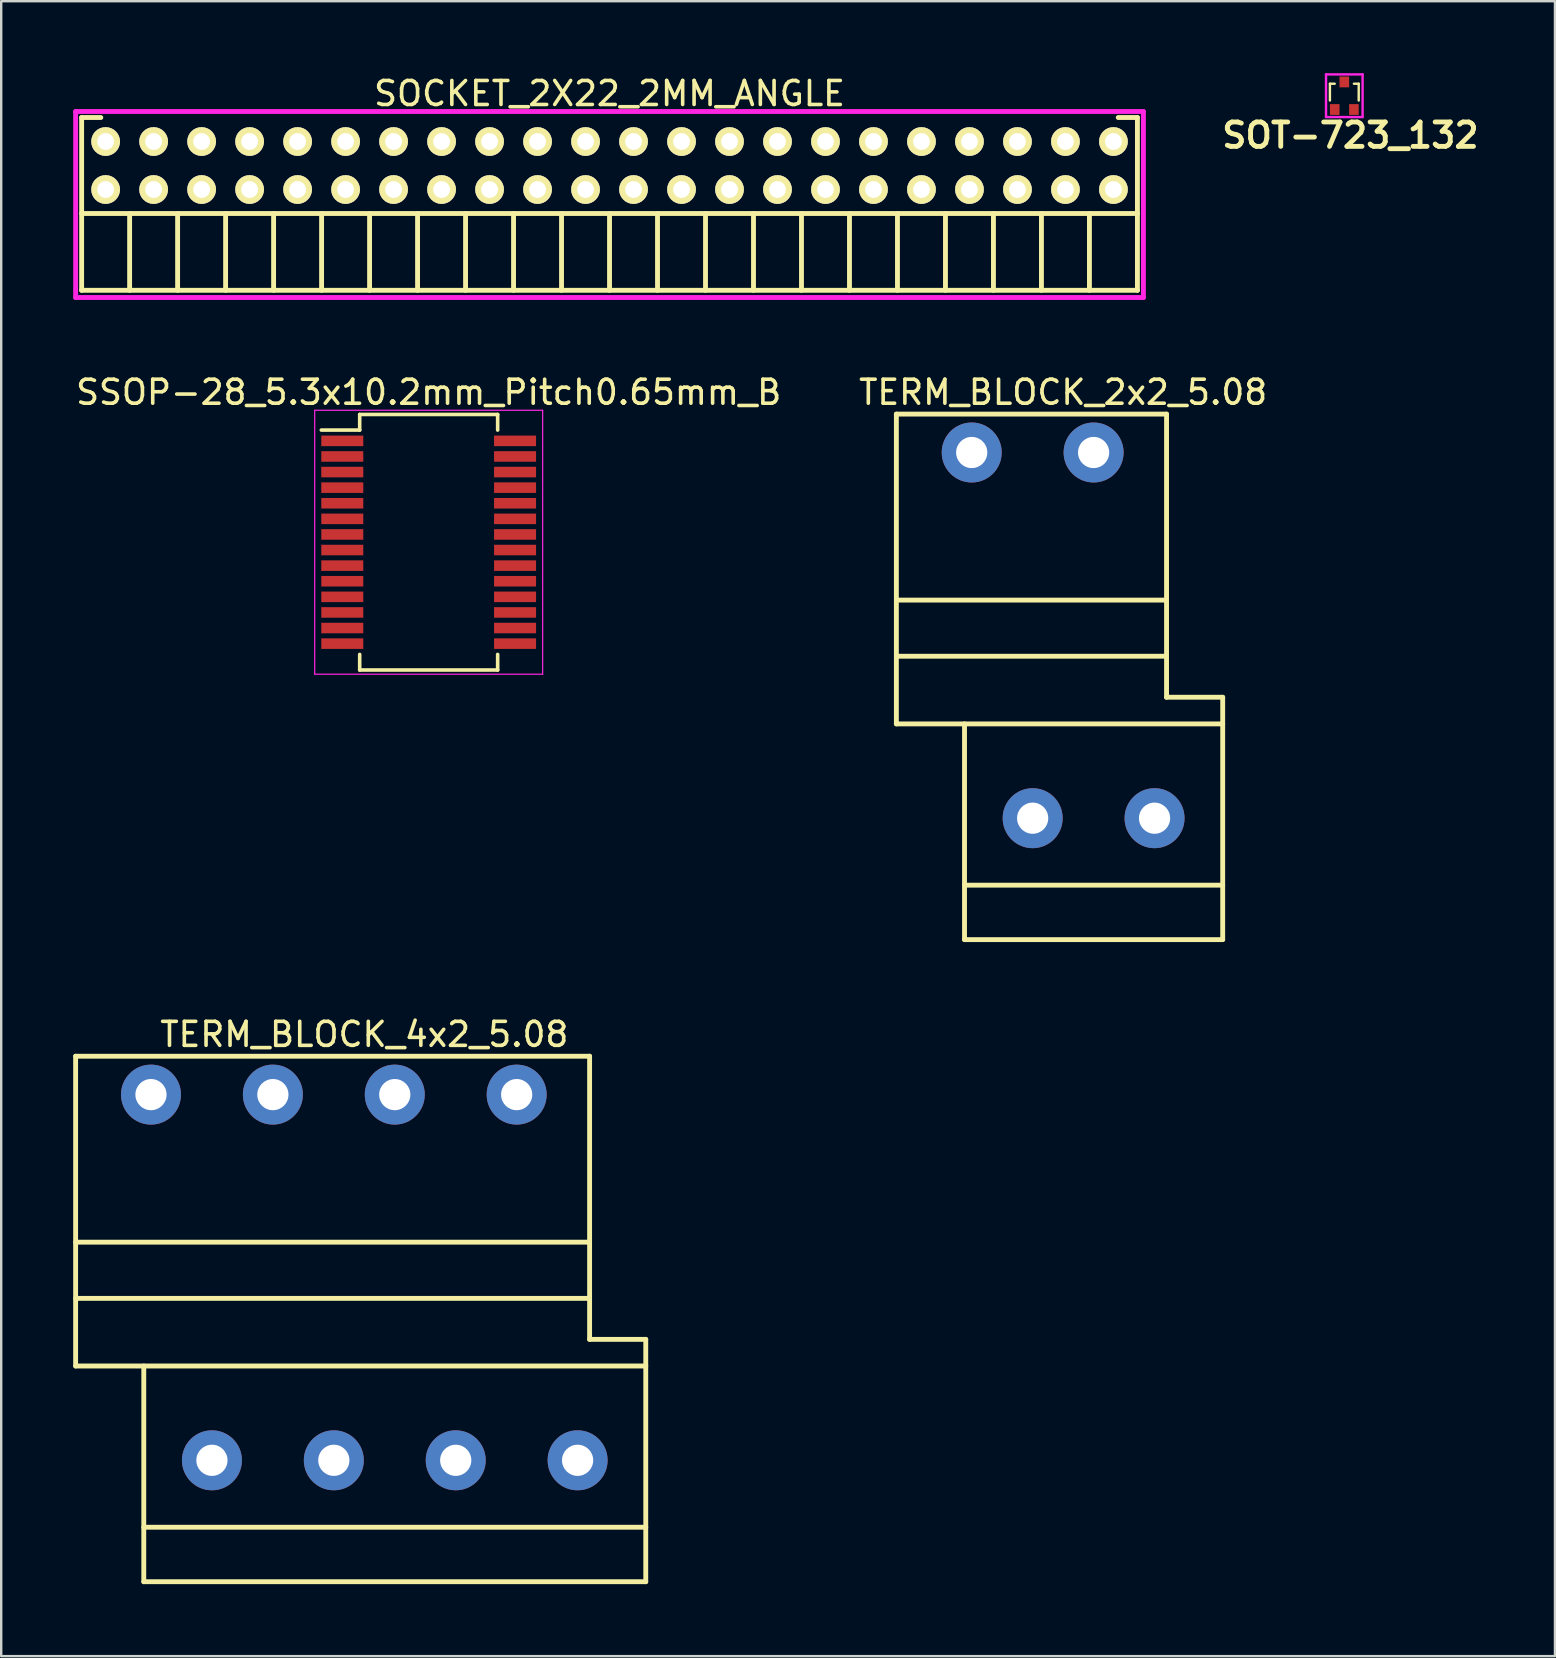
<source format=kicad_pcb>
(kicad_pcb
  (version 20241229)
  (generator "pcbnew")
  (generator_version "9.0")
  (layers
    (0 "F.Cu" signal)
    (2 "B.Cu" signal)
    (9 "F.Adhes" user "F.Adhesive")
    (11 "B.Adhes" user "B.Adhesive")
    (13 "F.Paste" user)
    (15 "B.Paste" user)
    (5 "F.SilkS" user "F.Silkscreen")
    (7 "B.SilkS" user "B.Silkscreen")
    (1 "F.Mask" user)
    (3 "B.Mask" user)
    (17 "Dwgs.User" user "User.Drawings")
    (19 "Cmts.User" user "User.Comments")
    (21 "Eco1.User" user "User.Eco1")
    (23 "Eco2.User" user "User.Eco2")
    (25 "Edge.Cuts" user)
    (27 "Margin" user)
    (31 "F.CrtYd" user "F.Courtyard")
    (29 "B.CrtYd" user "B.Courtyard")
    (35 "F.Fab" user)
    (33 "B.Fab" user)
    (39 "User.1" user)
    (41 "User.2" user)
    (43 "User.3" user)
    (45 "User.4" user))
  (footprint "SOCKET_2X22_2MM_ANGLE"
    (layer "F.Cu")
    (at 22.352 3.848)
    (property "Reference" "SOCKET_2X22_2MM_ANGLE" (at 0 -3 0) (layer "F.SilkS") (effects (font (size 1 1) (thickness 0.15))))
    (attr through_hole)
    (fp_line (start -22 -2) (end -21.2 -2) (stroke (width 0.203) (type solid)) (layer "F.SilkS"))
    (fp_line (start -22 2) (end 22 2) (stroke (width 0.203) (type solid)) (layer "F.SilkS"))
    (fp_line (start -22 5.2) (end -22 -2) (stroke (width 0.203) (type solid)) (layer "F.SilkS"))
    (fp_line (start -22 5.2) (end 22 5.2) (stroke (width 0.203) (type solid)) (layer "F.SilkS"))
    (fp_line (start -20 2) (end -20 5.2) (stroke (width 0.203) (type solid)) (layer "F.SilkS"))
    (fp_line (start -18 2) (end -18 5.2) (stroke (width 0.203) (type solid)) (layer "F.SilkS"))
    (fp_line (start -16 2) (end -16 5.2) (stroke (width 0.203) (type solid)) (layer "F.SilkS"))
    (fp_line (start -14 2) (end -14 5.2) (stroke (width 0.203) (type solid)) (layer "F.SilkS"))
    (fp_line (start -12 5.2) (end -12 2) (stroke (width 0.203) (type solid)) (layer "F.SilkS"))
    (fp_line (start -10 2) (end -10 5.2) (stroke (width 0.203) (type solid)) (layer "F.SilkS"))
    (fp_line (start -8 5.2) (end -8 2) (stroke (width 0.203) (type solid)) (layer "F.SilkS"))
    (fp_line (start -6 2) (end -6 5.2) (stroke (width 0.203) (type solid)) (layer "F.SilkS"))
    (fp_line (start -4 5.2) (end -4 2) (stroke (width 0.203) (type solid)) (layer "F.SilkS"))
    (fp_line (start -2 2) (end -2 5.2) (stroke (width 0.203) (type solid)) (layer "F.SilkS"))
    (fp_line (start 0 5.2) (end 0 2) (stroke (width 0.203) (type solid)) (layer "F.SilkS"))
    (fp_line (start 2 2) (end 2 5.2) (stroke (width 0.203) (type solid)) (layer "F.SilkS"))
    (fp_line (start 4 5.2) (end 4 2) (stroke (width 0.203) (type solid)) (layer "F.SilkS"))
    (fp_line (start 6 2) (end 6 5.2) (stroke (width 0.203) (type solid)) (layer "F.SilkS"))
    (fp_line (start 8 5.2) (end 8 2) (stroke (width 0.203) (type solid)) (layer "F.SilkS"))
    (fp_line (start 10 2) (end 10 5.2) (stroke (width 0.203) (type solid)) (layer "F.SilkS"))
    (fp_line (start 12 5.2) (end 12 2) (stroke (width 0.203) (type solid)) (layer "F.SilkS"))
    (fp_line (start 14 2) (end 14 5.2) (stroke (width 0.203) (type solid)) (layer "F.SilkS"))
    (fp_line (start 16 5.2) (end 16 2) (stroke (width 0.203) (type solid)) (layer "F.SilkS"))
    (fp_line (start 18 2) (end 18 5.2) (stroke (width 0.203) (type solid)) (layer "F.SilkS"))
    (fp_line (start 20 5.2) (end 20 2) (stroke (width 0.203) (type solid)) (layer "F.SilkS"))
    (fp_line (start 22 -2) (end 21.2 -2) (stroke (width 0.203) (type solid)) (layer "F.SilkS"))
    (fp_line (start 22 5.2) (end 22 -2) (stroke (width 0.203) (type solid)) (layer "F.SilkS"))
    (fp_line (start -22.25 -2.25) (end 22.25 -2.25) (stroke (width 0.203) (type solid)) (layer "F.CrtYd"))
    (fp_line (start -22.25 5.5) (end -22.25 -2.25) (stroke (width 0.203) (type solid)) (layer "F.CrtYd"))
    (fp_line (start 22.25 -2.25) (end 22.25 5.5) (stroke (width 0.203) (type solid)) (layer "F.CrtYd"))
    (fp_line (start 22.25 5.5) (end -22.25 5.5) (stroke (width 0.203) (type solid)) (layer "F.CrtYd"))
    (pad "1" thru_hole circle (at -21 -1) (size 1.2 1.2) (drill 0.7) (layers "*.Cu" "*.Mask" "F.SilkS"))
    (pad "2" thru_hole circle (at -21 1) (size 1.2 1.2) (drill 0.7) (layers "*.Cu" "*.Mask" "F.SilkS"))
    (pad "3" thru_hole circle (at -19 -1) (size 1.2 1.2) (drill 0.7) (layers "*.Cu" "*.Mask" "F.SilkS"))
    (pad "4" thru_hole circle (at -19 1) (size 1.2 1.2) (drill 0.7) (layers "*.Cu" "*.Mask" "F.SilkS"))
    (pad "5" thru_hole circle (at -17 -1) (size 1.2 1.2) (drill 0.7) (layers "*.Cu" "*.Mask" "F.SilkS"))
    (pad "6" thru_hole circle (at -17 1) (size 1.2 1.2) (drill 0.7) (layers "*.Cu" "*.Mask" "F.SilkS"))
    (pad "7" thru_hole circle (at -15 -1) (size 1.2 1.2) (drill 0.7) (layers "*.Cu" "*.Mask" "F.SilkS"))
    (pad "8" thru_hole circle (at -15 1) (size 1.2 1.2) (drill 0.7) (layers "*.Cu" "*.Mask" "F.SilkS"))
    (pad "9" thru_hole circle (at -13 -1) (size 1.2 1.2) (drill 0.7) (layers "*.Cu" "*.Mask" "F.SilkS"))
    (pad "10" thru_hole circle (at -13 1) (size 1.2 1.2) (drill 0.7) (layers "*.Cu" "*.Mask" "F.SilkS"))
    (pad "11" thru_hole circle (at -11 -1) (size 1.2 1.2) (drill 0.7) (layers "*.Cu" "*.Mask" "F.SilkS"))
    (pad "12" thru_hole circle (at -11 1) (size 1.2 1.2) (drill 0.7) (layers "*.Cu" "*.Mask" "F.SilkS"))
    (pad "13" thru_hole circle (at -9 -1) (size 1.2 1.2) (drill 0.7) (layers "*.Cu" "*.Mask" "F.SilkS"))
    (pad "14" thru_hole circle (at -9 1) (size 1.2 1.2) (drill 0.7) (layers "*.Cu" "*.Mask" "F.SilkS"))
    (pad "15" thru_hole circle (at -7 -1) (size 1.2 1.2) (drill 0.7) (layers "*.Cu" "*.Mask" "F.SilkS"))
    (pad "16" thru_hole circle (at -7 1) (size 1.2 1.2) (drill 0.7) (layers "*.Cu" "*.Mask" "F.SilkS"))
    (pad "17" thru_hole circle (at -5 -1) (size 1.2 1.2) (drill 0.7) (layers "*.Cu" "*.Mask" "F.SilkS"))
    (pad "18" thru_hole circle (at -5 1) (size 1.2 1.2) (drill 0.7) (layers "*.Cu" "*.Mask" "F.SilkS"))
    (pad "19" thru_hole circle (at -3 -1) (size 1.2 1.2) (drill 0.7) (layers "*.Cu" "*.Mask" "F.SilkS"))
    (pad "20" thru_hole circle (at -3 1) (size 1.2 1.2) (drill 0.7) (layers "*.Cu" "*.Mask" "F.SilkS"))
    (pad "21" thru_hole circle (at -1 -1) (size 1.2 1.2) (drill 0.7) (layers "*.Cu" "*.Mask" "F.SilkS"))
    (pad "22" thru_hole circle (at -1 1) (size 1.2 1.2) (drill 0.7) (layers "*.Cu" "*.Mask" "F.SilkS"))
    (pad "23" thru_hole circle (at 1 -1) (size 1.2 1.2) (drill 0.7) (layers "*.Cu" "*.Mask" "F.SilkS"))
    (pad "24" thru_hole circle (at 1 1) (size 1.2 1.2) (drill 0.7) (layers "*.Cu" "*.Mask" "F.SilkS"))
    (pad "25" thru_hole circle (at 3 -1) (size 1.2 1.2) (drill 0.7) (layers "*.Cu" "*.Mask" "F.SilkS"))
    (pad "26" thru_hole circle (at 3 1) (size 1.2 1.2) (drill 0.7) (layers "*.Cu" "*.Mask" "F.SilkS"))
    (pad "27" thru_hole circle (at 5 -1) (size 1.2 1.2) (drill 0.7) (layers "*.Cu" "*.Mask" "F.SilkS"))
    (pad "28" thru_hole circle (at 5 1) (size 1.2 1.2) (drill 0.7) (layers "*.Cu" "*.Mask" "F.SilkS"))
    (pad "29" thru_hole circle (at 7 -1) (size 1.2 1.2) (drill 0.7) (layers "*.Cu" "*.Mask" "F.SilkS"))
    (pad "30" thru_hole circle (at 7 1) (size 1.2 1.2) (drill 0.7) (layers "*.Cu" "*.Mask" "F.SilkS"))
    (pad "31" thru_hole circle (at 9 -1) (size 1.2 1.2) (drill 0.7) (layers "*.Cu" "*.Mask" "F.SilkS"))
    (pad "32" thru_hole circle (at 9 1) (size 1.2 1.2) (drill 0.7) (layers "*.Cu" "*.Mask" "F.SilkS"))
    (pad "33" thru_hole circle (at 11 -1) (size 1.2 1.2) (drill 0.7) (layers "*.Cu" "*.Mask" "F.SilkS"))
    (pad "34" thru_hole circle (at 11 1) (size 1.2 1.2) (drill 0.7) (layers "*.Cu" "*.Mask" "F.SilkS"))
    (pad "35" thru_hole circle (at 13 -1) (size 1.2 1.2) (drill 0.7) (layers "*.Cu" "*.Mask" "F.SilkS"))
    (pad "36" thru_hole circle (at 13 1) (size 1.2 1.2) (drill 0.7) (layers "*.Cu" "*.Mask" "F.SilkS"))
    (pad "37" thru_hole circle (at 15 -1) (size 1.2 1.2) (drill 0.7) (layers "*.Cu" "*.Mask" "F.SilkS"))
    (pad "38" thru_hole circle (at 15 1) (size 1.2 1.2) (drill 0.7) (layers "*.Cu" "*.Mask" "F.SilkS"))
    (pad "39" thru_hole circle (at 17 -1) (size 1.2 1.2) (drill 0.7) (layers "*.Cu" "*.Mask" "F.SilkS"))
    (pad "40" thru_hole circle (at 17 1) (size 1.2 1.2) (drill 0.7) (layers "*.Cu" "*.Mask" "F.SilkS"))
    (pad "41" thru_hole circle (at 19 -1) (size 1.2 1.2) (drill 0.7) (layers "*.Cu" "*.Mask" "F.SilkS"))
    (pad "42" thru_hole circle (at 19 1) (size 1.2 1.2) (drill 0.7) (layers "*.Cu" "*.Mask" "F.SilkS"))
    (pad "43" thru_hole circle (at 21 -1) (size 1.2 1.2) (drill 0.7) (layers "*.Cu" "*.Mask" "F.SilkS"))
    (pad "44" thru_hole circle (at 21 1) (size 1.2 1.2) (drill 0.7) (layers "*.Cu" "*.Mask" "F.SilkS")))
  (footprint "SOT-723_132"
    (layer "F.Cu")
    (at 52.974 0.939)
    (property "Reference" "SOT-723_132" (at 0.254 1.651 0) (layer "F.SilkS") (effects (font (size 1.016 1.016) (thickness 0.203))))
    (attr through_hole)
    (fp_line (start -0.6 -0.5) (end -0.4 -0.5) (stroke (width 0.1) (type solid)) (layer "F.SilkS"))
    (fp_line (start -0.6 0.2) (end -0.6 -0.5) (stroke (width 0.1) (type solid)) (layer "F.SilkS"))
    (fp_line (start 0.4 -0.5) (end 0.6 -0.5) (stroke (width 0.1) (type solid)) (layer "F.SilkS"))
    (fp_line (start 0.6 -0.5) (end 0.6 0.2) (stroke (width 0.1) (type solid)) (layer "F.SilkS"))
    (fp_line (start -0.762 -0.889) (end 0.762 -0.889) (stroke (width 0.1) (type solid)) (layer "F.CrtYd"))
    (fp_line (start -0.762 0.889) (end -0.762 -0.889) (stroke (width 0.1) (type solid)) (layer "F.CrtYd"))
    (fp_line (start 0.762 -0.889) (end 0.762 0.889) (stroke (width 0.1) (type solid)) (layer "F.CrtYd"))
    (fp_line (start 0.762 0.889) (end -0.762 0.889) (stroke (width 0.1) (type solid)) (layer "F.CrtYd"))
    (pad "1" smd rect (at -0.4 0.575) (size 0.4 0.45) (layers "F.Cu" "F.Mask" "F.Paste"))
    (pad "2" smd rect (at 0 -0.575) (size 0.4 0.45) (layers "F.Cu" "F.Mask" "F.Paste"))
    (pad "3" smd rect (at 0.4 0.575) (size 0.4 0.45) (layers "F.Cu" "F.Mask" "F.Paste")))
  (footprint "TERM_BLOCK_2x2_5.08"
    (layer "F.Cu")
    (at 41.256 23.428)
    (property "Reference" "TERM_BLOCK_2x2_5.08" (at 0 -10.13 0) (layer "F.SilkS") (effects (font (size 1 1) (thickness 0.15))))
    (attr through_hole)
    (fp_line (start -6.95 -9.22) (end 4.31 -9.22) (stroke (width 0.203) (type solid)) (layer "F.SilkS"))
    (fp_line (start -6.95 3.69) (end -6.95 -9.22) (stroke (width 0.203) (type solid)) (layer "F.SilkS"))
    (fp_line (start -4.11 12.68) (end -4.11 3.69) (stroke (width 0.203) (type solid)) (layer "F.SilkS"))
    (fp_line (start 4.31 -9.22) (end 4.31 -1.45) (stroke (width 0.203) (type solid)) (layer "F.SilkS"))
    (fp_line (start 4.31 -1.47) (end -6.95 -1.47) (stroke (width 0.203) (type solid)) (layer "F.SilkS"))
    (fp_line (start 4.31 -1.45) (end 4.31 2.58) (stroke (width 0.203) (type solid)) (layer "F.SilkS"))
    (fp_line (start 4.31 0.87) (end -6.95 0.87) (stroke (width 0.203) (type solid)) (layer "F.SilkS"))
    (fp_line (start 4.31 2.58) (end 6.65 2.58) (stroke (width 0.203) (type solid)) (layer "F.SilkS"))
    (fp_line (start 6.65 2.58) (end 6.65 12.68) (stroke (width 0.203) (type solid)) (layer "F.SilkS"))
    (fp_line (start 6.65 10.41) (end -4.11 10.41) (stroke (width 0.203) (type solid)) (layer "F.SilkS"))
    (fp_line (start 6.65 12.68) (end -4.11 12.68) (stroke (width 0.203) (type solid)) (layer "F.SilkS"))
    (fp_line (start 6.65 3.69) (end -6.95 3.69) (stroke (width 0.203) (type solid)) (layer "F.SilkS"))
    (pad "1" thru_hole circle (at 3.81 7.62) (size 2.5 2.5) (drill 1.3) (layers "*.Cu" "*.Mask"))
    (pad "2" thru_hole circle (at 1.27 -7.62) (size 2.5 2.5) (drill 1.3) (layers "*.Cu" "*.Mask"))
    (pad "3" thru_hole circle (at -1.27 7.62) (size 2.5 2.5) (drill 1.3) (layers "*.Cu" "*.Mask"))
    (pad "4" thru_hole circle (at -3.81 -7.62) (size 2.5 2.5) (drill 1.3) (layers "*.Cu" "*.Mask")))
  (footprint "SSOP-28_5.3x10.2mm_Pitch0.65mm_B"
    (layer "F.Cu")
    (at 14.815 19.548)
    (property "Reference" "SSOP-28_5.3x10.2mm_Pitch0.65mm_B" (at 0 -6.25 0) (layer "F.SilkS") (effects (font (size 1 1) (thickness 0.15))))
    (attr smd)
    (fp_line (start -2.875 -5.325) (end -2.875 -4.675) (stroke (width 0.15) (type solid)) (layer "F.SilkS"))
    (fp_line (start -2.875 -5.325) (end 2.875 -5.325) (stroke (width 0.15) (type solid)) (layer "F.SilkS"))
    (fp_line (start -2.875 -4.675) (end -4.475 -4.675) (stroke (width 0.15) (type solid)) (layer "F.SilkS"))
    (fp_line (start -2.875 5.325) (end -2.875 4.675) (stroke (width 0.15) (type solid)) (layer "F.SilkS"))
    (fp_line (start -2.875 5.325) (end 2.875 5.325) (stroke (width 0.15) (type solid)) (layer "F.SilkS"))
    (fp_line (start 2.875 -5.325) (end 2.875 -4.675) (stroke (width 0.15) (type solid)) (layer "F.SilkS"))
    (fp_line (start 2.875 5.325) (end 2.875 4.675) (stroke (width 0.15) (type solid)) (layer "F.SilkS"))
    (fp_line (start -4.75 -5.5) (end -4.75 5.5) (stroke (width 0.05) (type solid)) (layer "F.CrtYd"))
    (fp_line (start -4.75 -5.5) (end 4.75 -5.5) (stroke (width 0.05) (type solid)) (layer "F.CrtYd"))
    (fp_line (start -4.75 5.5) (end 4.75 5.5) (stroke (width 0.05) (type solid)) (layer "F.CrtYd"))
    (fp_line (start 4.75 -5.5) (end 4.75 5.5) (stroke (width 0.05) (type solid)) (layer "F.CrtYd"))
    (pad "1" smd rect (at -3.6 -4.225) (size 1.75 0.44) (layers "F.Cu" "F.Mask" "F.Paste"))
    (pad "2" smd rect (at -3.6 -3.575) (size 1.75 0.44) (layers "F.Cu" "F.Mask" "F.Paste"))
    (pad "3" smd rect (at -3.6 -2.925) (size 1.75 0.44) (layers "F.Cu" "F.Mask" "F.Paste"))
    (pad "4" smd rect (at -3.6 -2.275) (size 1.75 0.44) (layers "F.Cu" "F.Mask" "F.Paste"))
    (pad "5" smd rect (at -3.6 -1.625) (size 1.75 0.44) (layers "F.Cu" "F.Mask" "F.Paste"))
    (pad "6" smd rect (at -3.6 -0.975) (size 1.75 0.44) (layers "F.Cu" "F.Mask" "F.Paste"))
    (pad "7" smd rect (at -3.6 -0.325) (size 1.75 0.44) (layers "F.Cu" "F.Mask" "F.Paste"))
    (pad "8" smd rect (at -3.6 0.325) (size 1.75 0.44) (layers "F.Cu" "F.Mask" "F.Paste"))
    (pad "9" smd rect (at -3.6 0.975) (size 1.75 0.44) (layers "F.Cu" "F.Mask" "F.Paste"))
    (pad "10" smd rect (at -3.6 1.625) (size 1.75 0.44) (layers "F.Cu" "F.Mask" "F.Paste"))
    (pad "11" smd rect (at -3.6 2.275) (size 1.75 0.44) (layers "F.Cu" "F.Mask" "F.Paste"))
    (pad "12" smd rect (at -3.6 2.925) (size 1.75 0.44) (layers "F.Cu" "F.Mask" "F.Paste"))
    (pad "13" smd rect (at -3.6 3.575) (size 1.75 0.44) (layers "F.Cu" "F.Mask" "F.Paste"))
    (pad "14" smd rect (at -3.6 4.225) (size 1.75 0.44) (layers "F.Cu" "F.Mask" "F.Paste"))
    (pad "15" smd rect (at 3.6 4.225) (size 1.75 0.44) (layers "F.Cu" "F.Mask" "F.Paste"))
    (pad "16" smd rect (at 3.6 3.575) (size 1.75 0.44) (layers "F.Cu" "F.Mask" "F.Paste"))
    (pad "17" smd rect (at 3.6 2.925) (size 1.75 0.44) (layers "F.Cu" "F.Mask" "F.Paste"))
    (pad "18" smd rect (at 3.6 2.275) (size 1.75 0.44) (layers "F.Cu" "F.Mask" "F.Paste"))
    (pad "19" smd rect (at 3.6 1.625) (size 1.75 0.44) (layers "F.Cu" "F.Mask" "F.Paste"))
    (pad "20" smd rect (at 3.6 0.975) (size 1.75 0.44) (layers "F.Cu" "F.Mask" "F.Paste"))
    (pad "21" smd rect (at 3.6 0.325) (size 1.75 0.44) (layers "F.Cu" "F.Mask" "F.Paste"))
    (pad "22" smd rect (at 3.6 -0.325) (size 1.75 0.44) (layers "F.Cu" "F.Mask" "F.Paste"))
    (pad "23" smd rect (at 3.6 -0.975) (size 1.75 0.44) (layers "F.Cu" "F.Mask" "F.Paste"))
    (pad "24" smd rect (at 3.6 -1.625) (size 1.75 0.44) (layers "F.Cu" "F.Mask" "F.Paste"))
    (pad "25" smd rect (at 3.6 -2.275) (size 1.75 0.44) (layers "F.Cu" "F.Mask" "F.Paste"))
    (pad "26" smd rect (at 3.6 -2.925) (size 1.75 0.44) (layers "F.Cu" "F.Mask" "F.Paste"))
    (pad "27" smd rect (at 3.6 -3.575) (size 1.75 0.44) (layers "F.Cu" "F.Mask" "F.Paste"))
    (pad "28" smd rect (at 3.6 -4.225) (size 1.75 0.44) (layers "F.Cu" "F.Mask" "F.Paste")))
  (footprint "TERM_BLOCK_4x2_5.08"
    (layer "F.Cu")
    (at 12.132 50.188)
    (property "Reference" "TERM_BLOCK_4x2_5.08" (at 0 -10.13 0) (layer "F.SilkS") (effects (font (size 1 1) (thickness 0.15))))
    (attr through_hole)
    (fp_line (start -12.03 -9.22) (end 9.39 -9.22) (stroke (width 0.203) (type solid)) (layer "F.SilkS"))
    (fp_line (start -12.03 3.69) (end -12.03 -9.22) (stroke (width 0.203) (type solid)) (layer "F.SilkS"))
    (fp_line (start -9.19 12.68) (end -9.19 3.69) (stroke (width 0.203) (type solid)) (layer "F.SilkS"))
    (fp_line (start 9.39 -9.22) (end 9.39 -1.44) (stroke (width 0.203) (type solid)) (layer "F.SilkS"))
    (fp_line (start 9.39 -1.47) (end -12.03 -1.47) (stroke (width 0.203) (type solid)) (layer "F.SilkS"))
    (fp_line (start 9.39 -1.45) (end 9.39 2.58) (stroke (width 0.203) (type solid)) (layer "F.SilkS"))
    (fp_line (start 9.39 2.58) (end 11.73 2.58) (stroke (width 0.203) (type solid)) (layer "F.SilkS"))
    (fp_line (start 9.39 0.87) (end -12.03 0.87) (stroke (width 0.203) (type solid)) (layer "F.SilkS"))
    (fp_line (start 11.73 2.58) (end 11.73 12.68) (stroke (width 0.203) (type solid)) (layer "F.SilkS"))
    (fp_line (start 11.73 3.69) (end -12.03 3.69) (stroke (width 0.203) (type solid)) (layer "F.SilkS"))
    (fp_line (start 11.73 10.41) (end -9.19 10.41) (stroke (width 0.203) (type solid)) (layer "F.SilkS"))
    (fp_line (start 11.73 12.68) (end -9.19 12.68) (stroke (width 0.203) (type solid)) (layer "F.SilkS"))
    (pad "1" thru_hole circle (at 8.89 7.62) (size 2.5 2.5) (drill 1.3) (layers "*.Cu" "*.Mask"))
    (pad "2" thru_hole circle (at 6.35 -7.62) (size 2.5 2.5) (drill 1.3) (layers "*.Cu" "*.Mask"))
    (pad "3" thru_hole circle (at 3.81 7.62) (size 2.5 2.5) (drill 1.3) (layers "*.Cu" "*.Mask"))
    (pad "4" thru_hole circle (at 1.27 -7.62) (size 2.5 2.5) (drill 1.3) (layers "*.Cu" "*.Mask"))
    (pad "5" thru_hole circle (at -1.27 7.62) (size 2.5 2.5) (drill 1.3) (layers "*.Cu" "*.Mask"))
    (pad "6" thru_hole circle (at -3.81 -7.62) (size 2.5 2.5) (drill 1.3) (layers "*.Cu" "*.Mask"))
    (pad "7" thru_hole circle (at -6.35 7.62) (size 2.5 2.5) (drill 1.3) (layers "*.Cu" "*.Mask"))
    (pad "8" thru_hole circle (at -8.89 -7.62) (size 2.5 2.5) (drill 1.3) (layers "*.Cu" "*.Mask")))
  (gr_rect
    (start -3 -3)
    (end 61.753 65.97)
    (stroke (width 0.1) (type default))
    (fill no)
    (layer "Edge.Cuts")))
</source>
